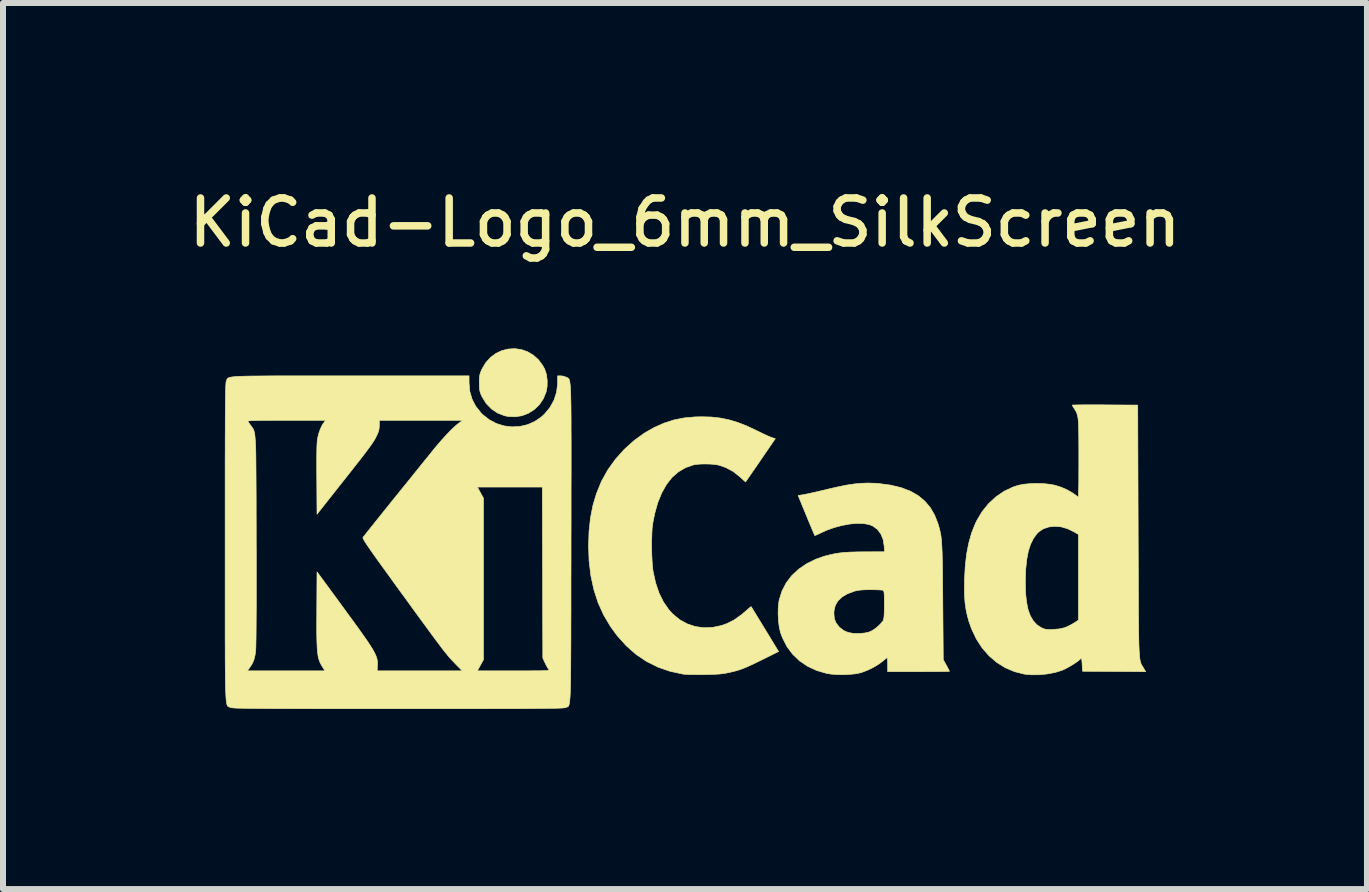
<source format=kicad_pcb>
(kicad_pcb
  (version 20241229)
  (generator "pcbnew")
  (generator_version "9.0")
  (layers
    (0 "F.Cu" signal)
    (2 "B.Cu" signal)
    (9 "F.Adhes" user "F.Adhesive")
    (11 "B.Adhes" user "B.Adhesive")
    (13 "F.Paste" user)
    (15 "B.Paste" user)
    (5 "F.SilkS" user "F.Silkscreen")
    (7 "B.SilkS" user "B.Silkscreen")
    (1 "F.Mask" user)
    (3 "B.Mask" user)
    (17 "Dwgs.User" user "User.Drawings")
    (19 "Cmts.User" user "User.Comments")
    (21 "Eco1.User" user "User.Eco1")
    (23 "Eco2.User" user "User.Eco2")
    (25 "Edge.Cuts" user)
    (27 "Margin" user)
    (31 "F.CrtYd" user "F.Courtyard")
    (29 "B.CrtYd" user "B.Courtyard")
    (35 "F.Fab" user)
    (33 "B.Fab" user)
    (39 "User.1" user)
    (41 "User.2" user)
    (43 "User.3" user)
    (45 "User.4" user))
  (footprint "KiCad-Logo_6mm_SilkScreen"
    (layer "F.Cu")
    (at 8.362 5.738)
    (property "Reference" "KiCad-Logo_6mm_SilkScreen" (at 0 -5.08 0) (layer "F.SilkS") (effects (font (size 0.75 0.75) (thickness 0.125))))
    (attr exclude_from_pos_files exclude_from_bom allow_missing_courtyard)
    (fp_poly (pts (xy -2.726 -2.964) (xy -2.623 -2.928) (xy -2.527 -2.871) (xy -2.441 -2.795) (xy -2.369 -2.697) (xy -2.336 -2.636) (xy -2.308 -2.55) (xy -2.295 -2.451) (xy -2.296 -2.35) (xy -2.313 -2.257) (xy -2.359 -2.145) (xy -2.425 -2.047) (xy -2.509 -1.966) (xy -2.606 -1.904) (xy -2.714 -1.862) (xy -2.829 -1.844) (xy -2.948 -1.849) (xy -3.007 -1.862) (xy -3.121 -1.906) (xy -3.222 -1.974) (xy -3.309 -2.063) (xy -3.377 -2.171) (xy -3.383 -2.183) (xy -3.403 -2.227) (xy -3.415 -2.265) (xy -3.422 -2.304) (xy -3.425 -2.355) (xy -3.426 -2.41) (xy -3.425 -2.476) (xy -3.421 -2.523) (xy -3.413 -2.562) (xy -3.399 -2.6) (xy -3.382 -2.639) (xy -3.318 -2.747) (xy -3.238 -2.834) (xy -3.147 -2.901) (xy -3.047 -2.948) (xy -2.941 -2.973) (xy -2.833 -2.979) (xy -2.726 -2.964)) (stroke (width 0.01) (type solid)) (fill yes) (layer "F.SilkS"))
    (fp_poly (pts (xy 0.44 -1.84) (xy 0.588 -1.823) (xy 0.731 -1.794) (xy 0.876 -1.751) (xy 1.028 -1.692) (xy 1.192 -1.615) (xy 1.222 -1.6) (xy 1.29 -1.567) (xy 1.354 -1.537) (xy 1.408 -1.513) (xy 1.446 -1.498) (xy 1.451 -1.496) (xy 1.506 -1.48) (xy 1.26 -1.121) (xy 1.2 -1.033) (xy 1.144 -0.953) (xy 1.096 -0.883) (xy 1.057 -0.826) (xy 1.029 -0.785) (xy 1.013 -0.763) (xy 1.011 -0.759) (xy 1 -0.767) (xy 0.975 -0.789) (xy 0.939 -0.823) (xy 0.919 -0.841) (xy 0.806 -0.931) (xy 0.679 -0.999) (xy 0.57 -1.037) (xy 0.504 -1.049) (xy 0.422 -1.056) (xy 0.333 -1.058) (xy 0.247 -1.056) (xy 0.173 -1.048) (xy 0.144 -1.043) (xy 0.011 -0.997) (xy -0.108 -0.927) (xy -0.215 -0.834) (xy -0.308 -0.716) (xy -0.387 -0.575) (xy -0.454 -0.411) (xy -0.506 -0.223) (xy -0.537 -0.062) (xy -0.546 0.009) (xy -0.551 0.101) (xy -0.554 0.207) (xy -0.555 0.32) (xy -0.553 0.435) (xy -0.548 0.544) (xy -0.542 0.64) (xy -0.533 0.718) (xy -0.531 0.73) (xy -0.489 0.923) (xy -0.431 1.094) (xy -0.357 1.243) (xy -0.267 1.372) (xy -0.203 1.442) (xy -0.089 1.536) (xy 0.037 1.606) (xy 0.172 1.651) (xy 0.313 1.671) (xy 0.459 1.666) (xy 0.608 1.634) (xy 0.696 1.603) (xy 0.818 1.542) (xy 0.943 1.453) (xy 1.013 1.393) (xy 1.053 1.358) (xy 1.084 1.332) (xy 1.101 1.32) (xy 1.104 1.32) (xy 1.112 1.332) (xy 1.132 1.366) (xy 1.163 1.416) (xy 1.203 1.482) (xy 1.251 1.56) (xy 1.304 1.647) (xy 1.334 1.696) (xy 1.56 2.067) (xy 1.278 2.207) (xy 1.176 2.257) (xy 1.093 2.296) (xy 1.025 2.327) (xy 0.966 2.351) (xy 0.911 2.371) (xy 0.855 2.388) (xy 0.794 2.403) (xy 0.735 2.417) (xy 0.682 2.428) (xy 0.627 2.437) (xy 0.565 2.443) (xy 0.488 2.447) (xy 0.394 2.45) (xy 0.33 2.451) (xy 0.238 2.452) (xy 0.151 2.451) (xy 0.073 2.45) (xy 0.01 2.447) (xy -0.032 2.444) (xy -0.034 2.443) (xy -0.25 2.396) (xy -0.452 2.326) (xy -0.642 2.231) (xy -0.818 2.112) (xy -0.98 1.969) (xy -1.129 1.803) (xy -1.238 1.654) (xy -1.353 1.461) (xy -1.446 1.256) (xy -1.517 1.038) (xy -1.567 0.807) (xy -1.597 0.56) (xy -1.606 0.309) (xy -1.598 0.066) (xy -1.574 -0.158) (xy -1.533 -0.368) (xy -1.474 -0.565) (xy -1.396 -0.756) (xy -1.387 -0.776) (xy -1.284 -0.96) (xy -1.159 -1.135) (xy -1.013 -1.298) (xy -0.851 -1.445) (xy -0.676 -1.572) (xy -0.514 -1.665) (xy -0.349 -1.738) (xy -0.185 -1.791) (xy -0.013 -1.825) (xy 0.171 -1.842) (xy 0.281 -1.844) (xy 0.44 -1.84)) (stroke (width 0.01) (type solid)) (fill yes) (layer "F.SilkS"))
    (fp_poly (pts (xy 6.842 -2.043) (xy 6.959 -2.043) (xy 6.999 -2.042) (xy 7.544 -2.039) (xy 7.551 0.055) (xy 7.552 0.339) (xy 7.553 0.597) (xy 7.554 0.83) (xy 7.555 1.039) (xy 7.555 1.227) (xy 7.556 1.393) (xy 7.557 1.54) (xy 7.559 1.669) (xy 7.56 1.782) (xy 7.562 1.879) (xy 7.564 1.961) (xy 7.567 2.031) (xy 7.57 2.09) (xy 7.574 2.138) (xy 7.578 2.177) (xy 7.582 2.209) (xy 7.588 2.235) (xy 7.594 2.257) (xy 7.601 2.274) (xy 7.609 2.29) (xy 7.618 2.305) (xy 7.627 2.32) (xy 7.638 2.337) (xy 7.64 2.341) (xy 7.676 2.403) (xy 7.15 2.399) (xy 6.625 2.396) (xy 6.618 2.28) (xy 6.614 2.225) (xy 6.61 2.193) (xy 6.605 2.18) (xy 6.597 2.183) (xy 6.59 2.19) (xy 6.561 2.217) (xy 6.514 2.251) (xy 6.456 2.289) (xy 6.392 2.326) (xy 6.33 2.359) (xy 6.283 2.38) (xy 6.171 2.415) (xy 6.044 2.44) (xy 5.909 2.454) (xy 5.777 2.455) (xy 5.656 2.444) (xy 5.654 2.444) (xy 5.49 2.402) (xy 5.335 2.336) (xy 5.193 2.247) (xy 5.065 2.137) (xy 4.951 2.006) (xy 4.854 1.856) (xy 4.775 1.689) (xy 4.731 1.565) (xy 4.703 1.462) (xy 4.682 1.361) (xy 4.667 1.258) (xy 4.659 1.146) (xy 4.656 1.019) (xy 4.658 0.915) (xy 5.671 0.915) (xy 5.675 1.089) (xy 5.691 1.239) (xy 5.716 1.366) (xy 5.754 1.471) (xy 5.803 1.555) (xy 5.864 1.621) (xy 5.934 1.668) (xy 5.971 1.685) (xy 6.003 1.695) (xy 6.038 1.7) (xy 6.086 1.701) (xy 6.137 1.699) (xy 6.238 1.69) (xy 6.318 1.672) (xy 6.343 1.664) (xy 6.4 1.638) (xy 6.461 1.605) (xy 6.487 1.589) (xy 6.556 1.544) (xy 6.556 0.117) (xy 6.48 0.072) (xy 6.375 0.021) (xy 6.268 -0.01) (xy 6.162 -0.019) (xy 6.061 -0.008) (xy 5.97 0.023) (xy 5.893 0.075) (xy 5.868 0.099) (xy 5.808 0.181) (xy 5.759 0.279) (xy 5.721 0.396) (xy 5.695 0.533) (xy 5.678 0.692) (xy 5.671 0.876) (xy 5.671 0.915) (xy 4.658 0.915) (xy 4.658 0.872) (xy 4.67 0.646) (xy 4.693 0.442) (xy 4.729 0.258) (xy 4.777 0.089) (xy 4.839 -0.066) (xy 4.861 -0.112) (xy 4.95 -0.262) (xy 5.058 -0.396) (xy 5.182 -0.51) (xy 5.319 -0.604) (xy 5.468 -0.674) (xy 5.557 -0.703) (xy 5.644 -0.72) (xy 5.749 -0.73) (xy 5.863 -0.734) (xy 5.977 -0.73) (xy 6.083 -0.719) (xy 6.167 -0.703) (xy 6.268 -0.67) (xy 6.366 -0.628) (xy 6.451 -0.58) (xy 6.497 -0.548) (xy 6.528 -0.525) (xy 6.55 -0.51) (xy 6.555 -0.508) (xy 6.557 -0.521) (xy 6.558 -0.559) (xy 6.559 -0.619) (xy 6.561 -0.699) (xy 6.562 -0.795) (xy 6.562 -0.906) (xy 6.563 -1.027) (xy 6.563 -1.151) (xy 6.563 -1.31) (xy 6.562 -1.444) (xy 6.561 -1.555) (xy 6.56 -1.647) (xy 6.557 -1.721) (xy 6.553 -1.781) (xy 6.548 -1.829) (xy 6.54 -1.867) (xy 6.531 -1.898) (xy 6.52 -1.925) (xy 6.507 -1.949) (xy 6.49 -1.975) (xy 6.488 -1.978) (xy 6.467 -2.011) (xy 6.455 -2.034) (xy 6.453 -2.039) (xy 6.466 -2.04) (xy 6.504 -2.041) (xy 6.563 -2.042) (xy 6.642 -2.043) (xy 6.735 -2.043) (xy 6.842 -2.043)) (stroke (width 0.01) (type solid)) (fill yes) (layer "F.SilkS"))
    (fp_poly (pts (xy 3.168 -0.736) (xy 3.236 -0.731) (xy 3.43 -0.705) (xy 3.603 -0.663) (xy 3.753 -0.606) (xy 3.884 -0.532) (xy 3.994 -0.441) (xy 4.086 -0.333) (xy 4.16 -0.206) (xy 4.214 -0.069) (xy 4.227 -0.025) (xy 4.239 0.016) (xy 4.249 0.057) (xy 4.258 0.099) (xy 4.266 0.145) (xy 4.272 0.196) (xy 4.277 0.257) (xy 4.281 0.327) (xy 4.285 0.411) (xy 4.287 0.509) (xy 4.29 0.624) (xy 4.292 0.759) (xy 4.293 0.915) (xy 4.295 1.095) (xy 4.296 1.236) (xy 4.304 2.204) (xy 4.356 2.297) (xy 4.38 2.342) (xy 4.398 2.377) (xy 4.407 2.395) (xy 4.407 2.396) (xy 4.394 2.398) (xy 4.356 2.399) (xy 4.297 2.4) (xy 4.22 2.401) (xy 4.127 2.402) (xy 4.021 2.402) (xy 3.906 2.403) (xy 3.892 2.403) (xy 3.378 2.403) (xy 3.378 2.286) (xy 3.377 2.233) (xy 3.374 2.193) (xy 3.371 2.171) (xy 3.369 2.169) (xy 3.356 2.178) (xy 3.328 2.2) (xy 3.291 2.231) (xy 3.29 2.231) (xy 3.224 2.281) (xy 3.14 2.331) (xy 3.048 2.376) (xy 2.957 2.411) (xy 2.918 2.423) (xy 2.838 2.439) (xy 2.741 2.448) (xy 2.635 2.453) (xy 2.528 2.451) (xy 2.43 2.443) (xy 2.362 2.432) (xy 2.194 2.383) (xy 2.042 2.312) (xy 1.909 2.222) (xy 1.794 2.112) (xy 1.699 1.984) (xy 1.625 1.839) (xy 1.592 1.751) (xy 1.572 1.665) (xy 1.559 1.562) (xy 1.553 1.451) (xy 1.553 1.435) (xy 2.482 1.435) (xy 2.489 1.517) (xy 2.515 1.586) (xy 2.562 1.649) (xy 2.581 1.668) (xy 2.645 1.718) (xy 2.72 1.75) (xy 2.81 1.766) (xy 2.904 1.767) (xy 2.994 1.759) (xy 3.062 1.744) (xy 3.092 1.733) (xy 3.145 1.703) (xy 3.202 1.66) (xy 3.254 1.612) (xy 3.293 1.566) (xy 3.303 1.549) (xy 3.311 1.526) (xy 3.317 1.488) (xy 3.32 1.433) (xy 3.322 1.357) (xy 3.323 1.284) (xy 3.322 1.199) (xy 3.321 1.138) (xy 3.319 1.096) (xy 3.315 1.07) (xy 3.309 1.055) (xy 3.301 1.048) (xy 3.299 1.046) (xy 3.276 1.043) (xy 3.233 1.04) (xy 3.173 1.038) (xy 3.104 1.037) (xy 3.089 1.037) (xy 2.997 1.038) (xy 2.925 1.043) (xy 2.869 1.051) (xy 2.822 1.062) (xy 2.706 1.106) (xy 2.615 1.16) (xy 2.548 1.225) (xy 2.504 1.302) (xy 2.484 1.391) (xy 2.482 1.435) (xy 1.553 1.435) (xy 1.554 1.342) (xy 1.564 1.245) (xy 1.571 1.205) (xy 1.617 1.059) (xy 1.687 0.924) (xy 1.78 0.802) (xy 1.895 0.695) (xy 2.03 0.603) (xy 2.183 0.528) (xy 2.313 0.482) (xy 2.401 0.459) (xy 2.484 0.44) (xy 2.569 0.426) (xy 2.661 0.416) (xy 2.765 0.41) (xy 2.888 0.407) (xy 2.998 0.406) (xy 3.326 0.405) (xy 3.319 0.307) (xy 3.302 0.2) (xy 3.264 0.108) (xy 3.207 0.033) (xy 3.134 -0.022) (xy 3.07 -0.048) (xy 2.977 -0.065) (xy 2.867 -0.068) (xy 2.745 -0.057) (xy 2.615 -0.033) (xy 2.483 0.003) (xy 2.354 0.049) (xy 2.261 0.092) (xy 2.216 0.114) (xy 2.181 0.129) (xy 2.164 0.135) (xy 2.163 0.135) (xy 2.157 0.121) (xy 2.142 0.086) (xy 2.119 0.032) (xy 2.09 -0.037) (xy 2.056 -0.118) (xy 2.022 -0.201) (xy 1.886 -0.532) (xy 1.983 -0.548) (xy 2.025 -0.556) (xy 2.088 -0.57) (xy 2.167 -0.587) (xy 2.257 -0.608) (xy 2.351 -0.63) (xy 2.389 -0.64) (xy 2.552 -0.677) (xy 2.694 -0.706) (xy 2.822 -0.725) (xy 2.939 -0.736) (xy 3.053 -0.74) (xy 3.168 -0.736)) (stroke (width 0.01) (type solid)) (fill yes) (layer "F.SilkS"))
    (fp_poly (pts (xy -5.956 -2.526) (xy -5.691 -2.526) (xy -5.568 -2.526) (xy -3.597 -2.526) (xy -3.597 -2.41) (xy -3.585 -2.269) (xy -3.547 -2.138) (xy -3.485 -2.018) (xy -3.396 -1.907) (xy -3.366 -1.877) (xy -3.258 -1.793) (xy -3.14 -1.731) (xy -3.013 -1.692) (xy -2.883 -1.676) (xy -2.752 -1.683) (xy -2.625 -1.712) (xy -2.504 -1.765) (xy -2.393 -1.84) (xy -2.343 -1.886) (xy -2.25 -1.997) (xy -2.182 -2.12) (xy -2.139 -2.252) (xy -2.122 -2.392) (xy -2.122 -2.406) (xy -2.121 -2.526) (xy -2.068 -2.526) (xy -2.022 -2.52) (xy -1.979 -2.504) (xy -1.976 -2.503) (xy -1.966 -2.498) (xy -1.957 -2.494) (xy -1.949 -2.49) (xy -1.942 -2.485) (xy -1.935 -2.477) (xy -1.929 -2.467) (xy -1.924 -2.451) (xy -1.919 -2.43) (xy -1.915 -2.402) (xy -1.911 -2.366) (xy -1.908 -2.321) (xy -1.905 -2.266) (xy -1.903 -2.199) (xy -1.901 -2.12) (xy -1.899 -2.027) (xy -1.898 -1.919) (xy -1.897 -1.795) (xy -1.897 -1.654) (xy -1.896 -1.495) (xy -1.896 -1.317) (xy -1.896 -1.118) (xy -1.896 -0.897) (xy -1.897 -0.654) (xy -1.897 -0.386) (xy -1.897 -0.094) (xy -1.898 0.224) (xy -1.898 0.263) (xy -1.898 0.584) (xy -1.899 0.878) (xy -1.899 1.147) (xy -1.899 1.392) (xy -1.9 1.614) (xy -1.9 1.814) (xy -1.901 1.994) (xy -1.902 2.154) (xy -1.903 2.296) (xy -1.904 2.421) (xy -1.905 2.529) (xy -1.907 2.623) (xy -1.909 2.702) (xy -1.911 2.769) (xy -1.914 2.825) (xy -1.918 2.87) (xy -1.921 2.906) (xy -1.926 2.934) (xy -1.931 2.954) (xy -1.936 2.969) (xy -1.942 2.979) (xy -1.949 2.986) (xy -1.956 2.99) (xy -1.965 2.993) (xy -1.974 2.995) (xy -1.983 2.999) (xy -1.986 3) (xy -1.993 3.002) (xy -2.006 3.005) (xy -2.025 3.007) (xy -2.051 3.009) (xy -2.085 3.01) (xy -2.129 3.012) (xy -2.184 3.013) (xy -2.25 3.014) (xy -2.329 3.015) (xy -2.422 3.016) (xy -2.53 3.017) (xy -2.654 3.018) (xy -2.795 3.019) (xy -2.955 3.019) (xy -3.134 3.019) (xy -3.333 3.02) (xy -3.554 3.02) (xy -3.798 3.02) (xy -4.066 3.02) (xy -4.358 3.02) (xy -4.677 3.02) (xy -4.78 3.02) (xy -5.106 3.02) (xy -5.405 3.02) (xy -5.679 3.02) (xy -5.929 3.02) (xy -6.156 3.02) (xy -6.361 3.019) (xy -6.545 3.019) (xy -6.71 3.018) (xy -6.856 3.018) (xy -6.984 3.017) (xy -7.097 3.016) (xy -7.194 3.015) (xy -7.277 3.014) (xy -7.347 3.013) (xy -7.405 3.012) (xy -7.453 3.011) (xy -7.491 3.009) (xy -7.52 3.007) (xy -7.542 3.005) (xy -7.558 3.003) (xy -7.569 3.001) (xy -7.574 2.998) (xy -7.585 2.994) (xy -7.594 2.991) (xy -7.603 2.988) (xy -7.611 2.983) (xy -7.618 2.977) (xy -7.624 2.967) (xy -7.63 2.952) (xy -7.635 2.932) (xy -7.64 2.905) (xy -7.644 2.87) (xy -7.647 2.826) (xy -7.65 2.772) (xy -7.653 2.706) (xy -7.655 2.628) (xy -7.657 2.536) (xy -7.658 2.43) (xy -7.658 2.389) (xy -7.292 2.389) (xy -5.997 2.389) (xy -6.022 2.351) (xy -6.046 2.312) (xy -6.067 2.275) (xy -6.085 2.238) (xy -6.099 2.197) (xy -6.111 2.15) (xy -6.119 2.094) (xy -6.126 2.028) (xy -6.13 1.948) (xy -6.133 1.852) (xy -6.135 1.736) (xy -6.135 1.6) (xy -6.134 1.439) (xy -6.134 1.379) (xy -6.13 0.74) (xy -5.725 1.291) (xy -5.611 1.448) (xy -5.511 1.584) (xy -5.426 1.702) (xy -5.354 1.803) (xy -5.294 1.889) (xy -5.245 1.963) (xy -5.206 2.025) (xy -5.177 2.078) (xy -5.154 2.123) (xy -5.139 2.163) (xy -5.129 2.198) (xy -5.124 2.231) (xy -5.123 2.264) (xy -5.123 2.299) (xy -5.124 2.303) (xy -5.128 2.389) (xy -3.709 2.389) (xy -3.814 2.283) (xy -3.843 2.253) (xy -3.87 2.225) (xy -3.897 2.196) (xy -3.925 2.165) (xy -3.955 2.129) (xy -3.988 2.088) (xy -4.026 2.041) (xy -4.069 1.984) (xy -4.119 1.917) (xy -4.178 1.839) (xy -4.245 1.748) (xy -4.323 1.641) (xy -4.413 1.518) (xy -4.516 1.378) (xy -4.632 1.217) (xy -4.728 1.086) (xy -4.848 0.921) (xy -4.952 0.776) (xy -5.043 0.651) (xy -5.12 0.544) (xy -5.184 0.454) (xy -5.237 0.379) (xy -5.279 0.317) (xy -5.312 0.269) (xy -5.336 0.231) (xy -5.352 0.203) (xy -5.362 0.184) (xy -5.365 0.172) (xy -5.364 0.165) (xy -5.351 0.148) (xy -5.322 0.112) (xy -5.279 0.058) (xy -5.225 -0.01) (xy -5.16 -0.091) (xy -5.086 -0.183) (xy -5.006 -0.283) (xy -4.921 -0.389) (xy -4.832 -0.499) (xy -4.742 -0.611) (xy -4.692 -0.673) (xy -3.459 -0.673) (xy -3.408 -0.58) (xy -3.357 -0.487) (xy -3.357 2.204) (xy -3.408 2.296) (xy -3.459 2.389) (xy -2.853 2.389) (xy -2.709 2.389) (xy -2.589 2.389) (xy -2.493 2.388) (xy -2.417 2.388) (xy -2.359 2.386) (xy -2.317 2.385) (xy -2.289 2.382) (xy -2.273 2.379) (xy -2.266 2.375) (xy -2.265 2.37) (xy -2.269 2.365) (xy -2.27 2.365) (xy -2.287 2.34) (xy -2.31 2.299) (xy -2.33 2.258) (xy -2.368 2.176) (xy -2.376 -0.673) (xy -3.459 -0.673) (xy -4.692 -0.673) (xy -4.651 -0.723) (xy -4.563 -0.832) (xy -4.479 -0.937) (xy -4.4 -1.035) (xy -4.328 -1.124) (xy -4.264 -1.202) (xy -4.212 -1.267) (xy -4.172 -1.317) (xy -4.148 -1.346) (xy -4.056 -1.453) (xy -3.968 -1.55) (xy -3.886 -1.634) (xy -3.814 -1.701) (xy -3.763 -1.741) (xy -3.703 -1.785) (xy -5.092 -1.785) (xy -5.092 -1.703) (xy -5.096 -1.643) (xy -5.11 -1.588) (xy -5.133 -1.535) (xy -5.148 -1.505) (xy -5.163 -1.476) (xy -5.182 -1.445) (xy -5.204 -1.41) (xy -5.232 -1.369) (xy -5.267 -1.322) (xy -5.31 -1.264) (xy -5.362 -1.195) (xy -5.426 -1.113) (xy -5.503 -1.015) (xy -5.593 -0.9) (xy -5.7 -0.765) (xy -5.712 -0.75) (xy -6.13 -0.221) (xy -6.134 -0.807) (xy -6.135 -0.983) (xy -6.135 -1.131) (xy -6.134 -1.254) (xy -6.132 -1.35) (xy -6.128 -1.421) (xy -6.124 -1.467) (xy -6.123 -1.475) (xy -6.101 -1.567) (xy -6.071 -1.649) (xy -6.038 -1.716) (xy -6.018 -1.744) (xy -5.984 -1.785) (xy -6.638 -1.785) (xy -6.794 -1.785) (xy -6.924 -1.784) (xy -7.031 -1.784) (xy -7.116 -1.782) (xy -7.182 -1.781) (xy -7.229 -1.779) (xy -7.26 -1.776) (xy -7.277 -1.773) (xy -7.282 -1.769) (xy -7.282 -1.768) (xy -7.268 -1.747) (xy -7.245 -1.714) (xy -7.233 -1.697) (xy -7.22 -1.68) (xy -7.209 -1.665) (xy -7.199 -1.65) (xy -7.19 -1.635) (xy -7.183 -1.616) (xy -7.176 -1.593) (xy -7.17 -1.565) (xy -7.165 -1.53) (xy -7.161 -1.486) (xy -7.157 -1.432) (xy -7.154 -1.367) (xy -7.151 -1.288) (xy -7.149 -1.196) (xy -7.148 -1.087) (xy -7.147 -0.961) (xy -7.146 -0.816) (xy -7.145 -0.651) (xy -7.144 -0.464) (xy -7.144 -0.253) (xy -7.143 -0.018) (xy -7.143 0.198) (xy -7.142 0.439) (xy -7.142 0.668) (xy -7.142 0.885) (xy -7.142 1.089) (xy -7.142 1.276) (xy -7.143 1.447) (xy -7.144 1.6) (xy -7.145 1.732) (xy -7.146 1.844) (xy -7.148 1.932) (xy -7.149 1.996) (xy -7.151 2.035) (xy -7.151 2.039) (xy -7.163 2.132) (xy -7.182 2.207) (xy -7.211 2.273) (xy -7.253 2.337) (xy -7.258 2.344) (xy -7.292 2.389) (xy -7.658 2.389) (xy -7.659 2.307) (xy -7.66 2.168) (xy -7.66 2.011) (xy -7.661 1.834) (xy -7.661 1.636) (xy -7.661 1.418) (xy -7.661 1.176) (xy -7.661 0.911) (xy -7.661 0.62) (xy -7.661 0.304) (xy -7.661 0.241) (xy -7.661 -0.079) (xy -7.661 -0.372) (xy -7.661 -0.641) (xy -7.661 -0.885) (xy -7.661 -1.106) (xy -7.66 -1.305) (xy -7.66 -1.484) (xy -7.659 -1.643) (xy -7.659 -1.784) (xy -7.658 -1.907) (xy -7.657 -2.015) (xy -7.656 -2.107) (xy -7.655 -2.185) (xy -7.654 -2.25) (xy -7.653 -2.304) (xy -7.651 -2.347) (xy -7.649 -2.381) (xy -7.647 -2.406) (xy -7.645 -2.425) (xy -7.643 -2.437) (xy -7.64 -2.444) (xy -7.64 -2.444) (xy -7.635 -2.455) (xy -7.631 -2.466) (xy -7.626 -2.475) (xy -7.62 -2.483) (xy -7.61 -2.49) (xy -7.596 -2.496) (xy -7.576 -2.502) (xy -7.549 -2.507) (xy -7.514 -2.511) (xy -7.469 -2.515) (xy -7.413 -2.518) (xy -7.345 -2.52) (xy -7.263 -2.522) (xy -7.166 -2.523) (xy -7.052 -2.524) (xy -6.921 -2.525) (xy -6.771 -2.526) (xy -6.601 -2.526) (xy -6.409 -2.526) (xy -6.195 -2.526) (xy -5.956 -2.526)) (stroke (width 0.01) (type solid)) (fill yes) (layer "F.SilkS")))
  (gr_rect
    (start -3 -3)
    (end 19.725 11.763)
    (stroke (width 0.1) (type default))
    (fill no)
    (layer "Edge.Cuts")))
</source>
